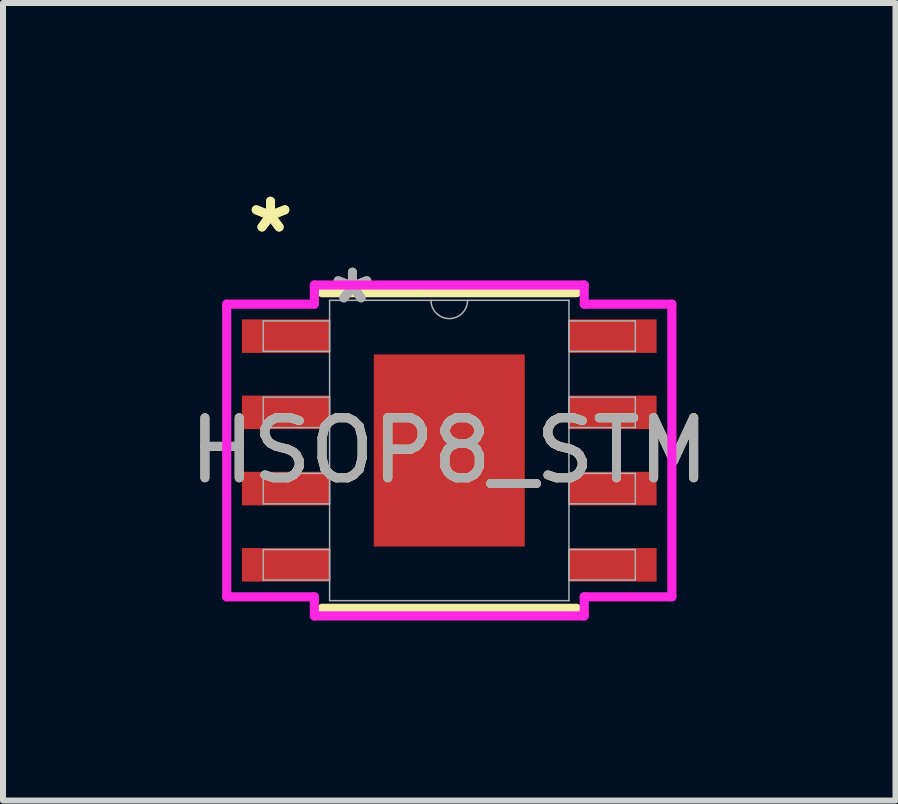
<source format=kicad_pcb>
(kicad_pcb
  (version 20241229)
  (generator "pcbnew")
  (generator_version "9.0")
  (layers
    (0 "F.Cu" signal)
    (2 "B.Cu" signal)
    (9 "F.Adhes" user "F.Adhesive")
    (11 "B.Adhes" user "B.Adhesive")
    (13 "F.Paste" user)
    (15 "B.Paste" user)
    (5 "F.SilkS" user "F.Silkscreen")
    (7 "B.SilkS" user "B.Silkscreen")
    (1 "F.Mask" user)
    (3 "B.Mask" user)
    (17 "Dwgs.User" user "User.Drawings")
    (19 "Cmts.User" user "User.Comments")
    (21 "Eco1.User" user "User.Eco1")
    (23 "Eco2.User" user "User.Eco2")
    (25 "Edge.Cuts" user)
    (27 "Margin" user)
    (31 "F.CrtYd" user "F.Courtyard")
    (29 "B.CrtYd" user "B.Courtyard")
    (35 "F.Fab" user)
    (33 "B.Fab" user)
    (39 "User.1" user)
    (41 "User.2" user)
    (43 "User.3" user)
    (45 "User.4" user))
  (footprint "HSOP8_STM"
    (layer "F.Cu")
    (at 4.435 4.455)
    (property "Reference" "HSOP8_STM" (at 0 0 0) (unlocked yes) (layer "F.SilkS") (effects (font (size 1 1) (thickness 0.15))))
    (attr smd)
    (fp_line (start -2.121 2.629) (end 2.121 2.629) (stroke (width 0.152) (type solid)) (layer "F.SilkS"))
    (fp_line (start 2.121 -2.629) (end -2.121 -2.629) (stroke (width 0.152) (type solid)) (layer "F.SilkS"))
    (fp_poly (pts (xy -1.157 -1.5) (xy -1.157 -0.1) (xy 1.157 -0.1) (xy 1.157 -1.5)) (stroke (width 0) (type solid)) (fill yes) (layer "F.Paste"))
    (fp_poly (pts (xy -1.157 0.1) (xy -1.157 1.5) (xy 1.157 1.5) (xy 1.157 0.1)) (stroke (width 0) (type solid)) (fill yes) (layer "F.Paste"))
    (fp_line (start -3.708 -2.438) (end -2.248 -2.438) (stroke (width 0.152) (type solid)) (layer "F.CrtYd"))
    (fp_line (start -3.708 2.438) (end -3.708 -2.438) (stroke (width 0.152) (type solid)) (layer "F.CrtYd"))
    (fp_line (start -3.708 2.438) (end -2.248 2.438) (stroke (width 0.152) (type solid)) (layer "F.CrtYd"))
    (fp_line (start -2.248 -2.756) (end 2.248 -2.756) (stroke (width 0.152) (type solid)) (layer "F.CrtYd"))
    (fp_line (start -2.248 -2.438) (end -2.248 -2.756) (stroke (width 0.152) (type solid)) (layer "F.CrtYd"))
    (fp_line (start -2.248 2.756) (end -2.248 2.438) (stroke (width 0.152) (type solid)) (layer "F.CrtYd"))
    (fp_line (start 2.248 -2.756) (end 2.248 -2.438) (stroke (width 0.152) (type solid)) (layer "F.CrtYd"))
    (fp_line (start 2.248 2.438) (end 2.248 2.756) (stroke (width 0.152) (type solid)) (layer "F.CrtYd"))
    (fp_line (start 2.248 2.756) (end -2.248 2.756) (stroke (width 0.152) (type solid)) (layer "F.CrtYd"))
    (fp_line (start 3.708 -2.438) (end 2.248 -2.438) (stroke (width 0.152) (type solid)) (layer "F.CrtYd"))
    (fp_line (start 3.708 -2.438) (end 3.708 2.438) (stroke (width 0.152) (type solid)) (layer "F.CrtYd"))
    (fp_line (start 3.708 2.438) (end 2.248 2.438) (stroke (width 0.152) (type solid)) (layer "F.CrtYd"))
    (fp_line (start -3.099 -2.159) (end -3.099 -1.651) (stroke (width 0.025) (type solid)) (layer "F.Fab"))
    (fp_line (start -3.099 -1.651) (end -1.994 -1.651) (stroke (width 0.025) (type solid)) (layer "F.Fab"))
    (fp_line (start -3.099 -0.889) (end -3.099 -0.381) (stroke (width 0.025) (type solid)) (layer "F.Fab"))
    (fp_line (start -3.099 -0.381) (end -1.994 -0.381) (stroke (width 0.025) (type solid)) (layer "F.Fab"))
    (fp_line (start -3.099 0.381) (end -3.099 0.889) (stroke (width 0.025) (type solid)) (layer "F.Fab"))
    (fp_line (start -3.099 0.889) (end -1.994 0.889) (stroke (width 0.025) (type solid)) (layer "F.Fab"))
    (fp_line (start -3.099 1.651) (end -3.099 2.159) (stroke (width 0.025) (type solid)) (layer "F.Fab"))
    (fp_line (start -3.099 2.159) (end -1.994 2.159) (stroke (width 0.025) (type solid)) (layer "F.Fab"))
    (fp_line (start -1.994 -2.502) (end -1.994 2.502) (stroke (width 0.025) (type solid)) (layer "F.Fab"))
    (fp_line (start -1.994 -2.159) (end -3.099 -2.159) (stroke (width 0.025) (type solid)) (layer "F.Fab"))
    (fp_line (start -1.994 -1.651) (end -1.994 -2.159) (stroke (width 0.025) (type solid)) (layer "F.Fab"))
    (fp_line (start -1.994 -0.889) (end -3.099 -0.889) (stroke (width 0.025) (type solid)) (layer "F.Fab"))
    (fp_line (start -1.994 -0.381) (end -1.994 -0.889) (stroke (width 0.025) (type solid)) (layer "F.Fab"))
    (fp_line (start -1.994 0.381) (end -3.099 0.381) (stroke (width 0.025) (type solid)) (layer "F.Fab"))
    (fp_line (start -1.994 0.889) (end -1.994 0.381) (stroke (width 0.025) (type solid)) (layer "F.Fab"))
    (fp_line (start -1.994 1.651) (end -3.099 1.651) (stroke (width 0.025) (type solid)) (layer "F.Fab"))
    (fp_line (start -1.994 2.159) (end -1.994 1.651) (stroke (width 0.025) (type solid)) (layer "F.Fab"))
    (fp_line (start -1.994 2.502) (end 1.994 2.502) (stroke (width 0.025) (type solid)) (layer "F.Fab"))
    (fp_line (start 1.994 -2.502) (end -1.994 -2.502) (stroke (width 0.025) (type solid)) (layer "F.Fab"))
    (fp_line (start 1.994 -2.159) (end 1.994 -1.651) (stroke (width 0.025) (type solid)) (layer "F.Fab"))
    (fp_line (start 1.994 -1.651) (end 3.099 -1.651) (stroke (width 0.025) (type solid)) (layer "F.Fab"))
    (fp_line (start 1.994 -0.889) (end 1.994 -0.381) (stroke (width 0.025) (type solid)) (layer "F.Fab"))
    (fp_line (start 1.994 -0.381) (end 3.099 -0.381) (stroke (width 0.025) (type solid)) (layer "F.Fab"))
    (fp_line (start 1.994 0.381) (end 1.994 0.889) (stroke (width 0.025) (type solid)) (layer "F.Fab"))
    (fp_line (start 1.994 0.889) (end 3.099 0.889) (stroke (width 0.025) (type solid)) (layer "F.Fab"))
    (fp_line (start 1.994 1.651) (end 1.994 2.159) (stroke (width 0.025) (type solid)) (layer "F.Fab"))
    (fp_line (start 1.994 2.159) (end 3.099 2.159) (stroke (width 0.025) (type solid)) (layer "F.Fab"))
    (fp_line (start 1.994 2.502) (end 1.994 -2.502) (stroke (width 0.025) (type solid)) (layer "F.Fab"))
    (fp_line (start 3.099 -2.159) (end 1.994 -2.159) (stroke (width 0.025) (type solid)) (layer "F.Fab"))
    (fp_line (start 3.099 -1.651) (end 3.099 -2.159) (stroke (width 0.025) (type solid)) (layer "F.Fab"))
    (fp_line (start 3.099 -0.889) (end 1.994 -0.889) (stroke (width 0.025) (type solid)) (layer "F.Fab"))
    (fp_line (start 3.099 -0.381) (end 3.099 -0.889) (stroke (width 0.025) (type solid)) (layer "F.Fab"))
    (fp_line (start 3.099 0.381) (end 1.994 0.381) (stroke (width 0.025) (type solid)) (layer "F.Fab"))
    (fp_line (start 3.099 0.889) (end 3.099 0.381) (stroke (width 0.025) (type solid)) (layer "F.Fab"))
    (fp_line (start 3.099 1.651) (end 1.994 1.651) (stroke (width 0.025) (type solid)) (layer "F.Fab"))
    (fp_line (start 3.099 2.159) (end 3.099 1.651) (stroke (width 0.025) (type solid)) (layer "F.Fab"))
    (fp_arc (start 0.3048 -2.5019) (mid 0 -2.1971) (end -0.3048 -2.5019) (stroke (width 0.0254) (type solid)) (layer "F.Fab"))
    (fp_text user "*" (at -2.978 -3.607 0) (layer "F.SilkS") (effects (font (size 1 1) (thickness 0.15))))
    (fp_text user "*" (at -2.978 -3.607 0) (unlocked yes) (layer "F.SilkS") (effects (font (size 1 1) (thickness 0.15))))
    (fp_text user "${REFERENCE}" (at 0 0 0) (unlocked yes) (layer "F.Fab") (effects (font (size 1 1) (thickness 0.15))))
    (fp_text user "*" (at -1.613 -2.426 0) (layer "F.Fab") (effects (font (size 1 1) (thickness 0.15))))
    (fp_text user "*" (at -1.613 -2.426 0) (unlocked yes) (layer "F.Fab") (effects (font (size 1 1) (thickness 0.15))))
    (pad "1" smd rect (at -2.724 -1.905) (size 1.46 0.559) (layers "F.Cu" "F.Mask" "F.Paste"))
    (pad "2" smd rect (at -2.724 -0.635) (size 1.46 0.559) (layers "F.Cu" "F.Mask" "F.Paste"))
    (pad "3" smd rect (at -2.724 0.635) (size 1.46 0.559) (layers "F.Cu" "F.Mask" "F.Paste"))
    (pad "4" smd rect (at -2.724 1.905) (size 1.46 0.559) (layers "F.Cu" "F.Mask" "F.Paste"))
    (pad "5" smd rect (at 2.724 1.905) (size 1.46 0.559) (layers "F.Cu" "F.Mask" "F.Paste"))
    (pad "6" smd rect (at 2.724 0.635) (size 1.46 0.559) (layers "F.Cu" "F.Mask" "F.Paste"))
    (pad "7" smd rect (at 2.724 -0.635) (size 1.46 0.559) (layers "F.Cu" "F.Mask" "F.Paste"))
    (pad "8" smd rect (at 2.724 -1.905) (size 1.46 0.559) (layers "F.Cu" "F.Mask" "F.Paste"))
    (pad "EPAD" smd rect (at 0 0) (size 2.515 3.2) (layers "F.Cu" "F.Mask")))
  (gr_rect
    (start -3 -3)
    (end 11.869 10.287)
    (stroke (width 0.1) (type default))
    (fill no)
    (layer "Edge.Cuts")))
</source>
